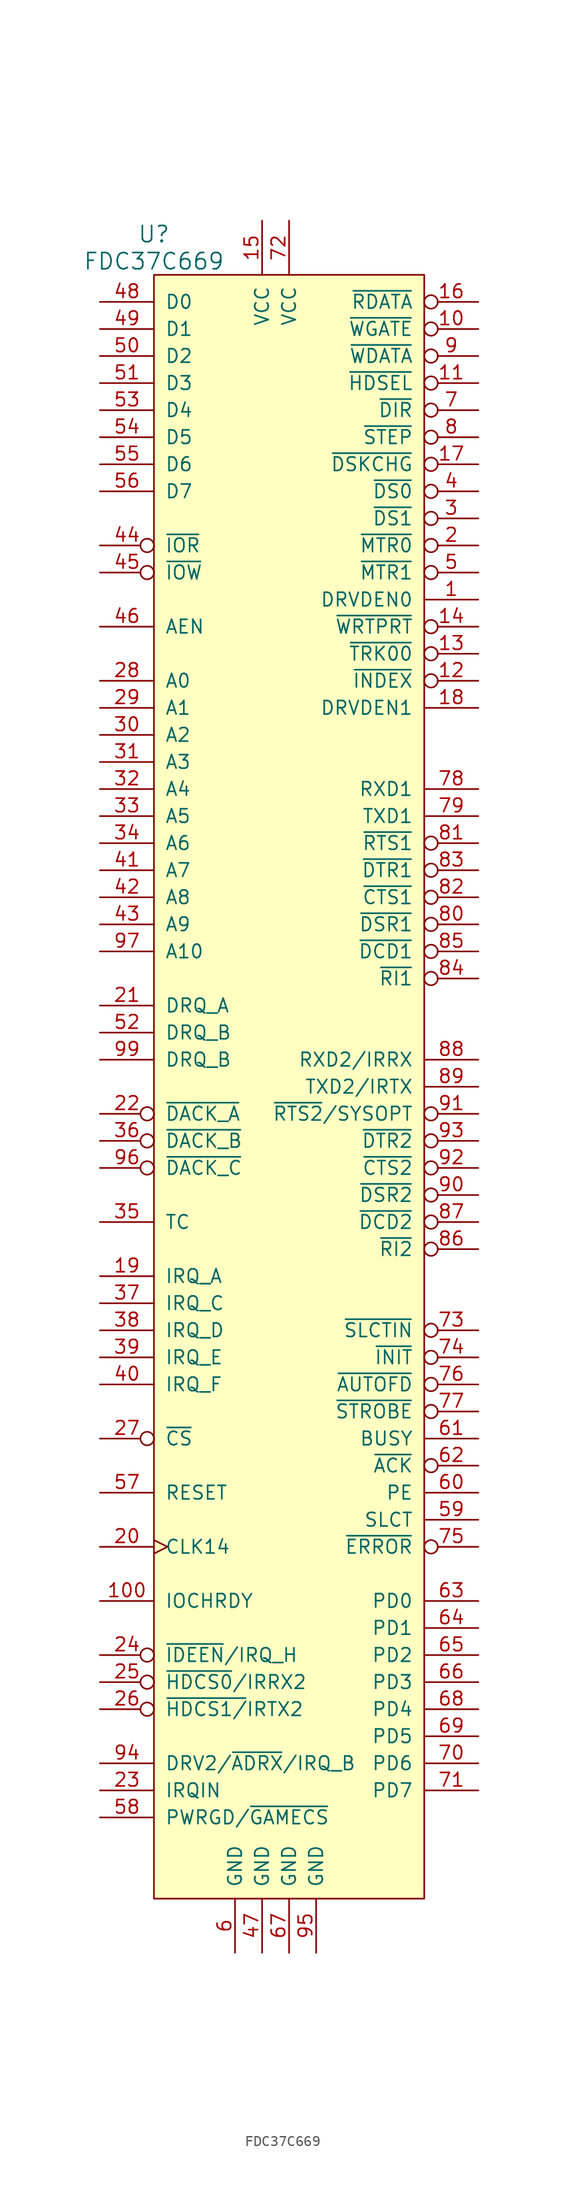
<source format=kicad_sym>
(kicad_symbol_lib
  (version 20211014)
  (generator kicad_symbol_editor)
  (symbol "FDC37C669"
    (pin_names
      (offset 1.016))
    (property "Reference" "U"
      (at -12.7 80.01 0)
      (effects (font (size 1.524 1.524))))
    (property "Value" "FDC37C669"
      (at -12.7 77.47 0)
      (effects (font (size 1.524 1.524))))
    (property "Footprint" ""
      (at 0 35.56 0)
      (effects (font (size 1.524 1.524))))
    (property "Datasheet" ""
      (at 0 35.56 0)
      (effects (font (size 1.524 1.524))))
    (symbol "FDC37C669_0_1"
      (rectangle (start 12.7 -76.2) (end -12.7 76.2) (stroke (width 0) (type default) (color 0 0 0 0)) (fill (type background))))
    (symbol "FDC37C669_1_1"
      (pin open_collector line (at 17.78 45.72 180) (length 5.08) (name "DRVDEN0" (effects (font (size 1.27 1.27)))) (number "1" (effects (font (size 1.27 1.27)))))
      (pin open_collector inverted (at 17.78 71.12 180) (length 5.08) (name "~{WGATE}" (effects (font (size 1.27 1.27)))) (number "10" (effects (font (size 1.27 1.27)))))
      (pin output line (at -17.78 -48.26 0) (length 5.08) (name "IOCHRDY" (effects (font (size 1.27 1.27)))) (number "100" (effects (font (size 1.27 1.27)))))
      (pin open_collector inverted (at 17.78 66.04 180) (length 5.08) (name "~{HDSEL}" (effects (font (size 1.27 1.27)))) (number "11" (effects (font (size 1.27 1.27)))))
      (pin input inverted (at 17.78 38.1 180) (length 5.08) (name "~{INDEX}" (effects (font (size 1.27 1.27)))) (number "12" (effects (font (size 1.27 1.27)))))
      (pin input inverted (at 17.78 40.64 180) (length 5.08) (name "~{TRK00}" (effects (font (size 1.27 1.27)))) (number "13" (effects (font (size 1.27 1.27)))))
      (pin input inverted (at 17.78 43.18 180) (length 5.08) (name "~{WRTPRT}" (effects (font (size 1.27 1.27)))) (number "14" (effects (font (size 1.27 1.27)))))
      (pin power_in line (at -2.54 81.28 270) (length 5.08) (name "VCC" (effects (font (size 1.27 1.27)))) (number "15" (effects (font (size 1.27 1.27)))))
      (pin input inverted (at 17.78 73.66 180) (length 5.08) (name "~{RDATA}" (effects (font (size 1.27 1.27)))) (number "16" (effects (font (size 1.27 1.27)))))
      (pin input inverted (at 17.78 58.42 180) (length 5.08) (name "~{DSKCHG}" (effects (font (size 1.27 1.27)))) (number "17" (effects (font (size 1.27 1.27)))))
      (pin open_collector line (at 17.78 35.56 180) (length 5.08) (name "DRVDEN1" (effects (font (size 1.27 1.27)))) (number "18" (effects (font (size 1.27 1.27)))))
      (pin open_collector line (at -17.78 -17.78 0) (length 5.08) (name "IRQ_A" (effects (font (size 1.27 1.27)))) (number "19" (effects (font (size 1.27 1.27)))))
      (pin open_collector inverted (at 17.78 50.8 180) (length 5.08) (name "~{MTR0}" (effects (font (size 1.27 1.27)))) (number "2" (effects (font (size 1.27 1.27)))))
      (pin input clock (at -17.78 -43.18 0) (length 5.08) (name "CLK14" (effects (font (size 1.27 1.27)))) (number "20" (effects (font (size 1.27 1.27)))))
      (pin open_collector line (at -17.78 7.62 0) (length 5.08) (name "DRQ_A" (effects (font (size 1.27 1.27)))) (number "21" (effects (font (size 1.27 1.27)))))
      (pin input inverted (at -17.78 -2.54 0) (length 5.08) (name "~{DACK_A}" (effects (font (size 1.27 1.27)))) (number "22" (effects (font (size 1.27 1.27)))))
      (pin input line (at -17.78 -66.04 0) (length 5.08) (name "IRQIN" (effects (font (size 1.27 1.27)))) (number "23" (effects (font (size 1.27 1.27)))))
      (pin output inverted (at -17.78 -53.34 0) (length 5.08) (name "~{IDEEN}/IRQ_H" (effects (font (size 1.27 1.27)))) (number "24" (effects (font (size 1.27 1.27)))))
      (pin output inverted (at -17.78 -55.88 0) (length 5.08) (name "~{HDCS0}/IRRX2" (effects (font (size 1.27 1.27)))) (number "25" (effects (font (size 1.27 1.27)))))
      (pin output inverted (at -17.78 -58.42 0) (length 5.08) (name "~{HDCS1/}IRTX2" (effects (font (size 1.27 1.27)))) (number "26" (effects (font (size 1.27 1.27)))))
      (pin input inverted (at -17.78 -33.02 0) (length 5.08) (name "~{CS}" (effects (font (size 1.27 1.27)))) (number "27" (effects (font (size 1.27 1.27)))))
      (pin input line (at -17.78 38.1 0) (length 5.08) (name "A0" (effects (font (size 1.27 1.27)))) (number "28" (effects (font (size 1.27 1.27)))))
      (pin input line (at -17.78 35.56 0) (length 5.08) (name "A1" (effects (font (size 1.27 1.27)))) (number "29" (effects (font (size 1.27 1.27)))))
      (pin open_collector inverted (at 17.78 53.34 180) (length 5.08) (name "~{DS1}" (effects (font (size 1.27 1.27)))) (number "3" (effects (font (size 1.27 1.27)))))
      (pin input line (at -17.78 33.02 0) (length 5.08) (name "A2" (effects (font (size 1.27 1.27)))) (number "30" (effects (font (size 1.27 1.27)))))
      (pin input line (at -17.78 30.48 0) (length 5.08) (name "A3" (effects (font (size 1.27 1.27)))) (number "31" (effects (font (size 1.27 1.27)))))
      (pin input line (at -17.78 27.94 0) (length 5.08) (name "A4" (effects (font (size 1.27 1.27)))) (number "32" (effects (font (size 1.27 1.27)))))
      (pin input line (at -17.78 25.4 0) (length 5.08) (name "A5" (effects (font (size 1.27 1.27)))) (number "33" (effects (font (size 1.27 1.27)))))
      (pin input line (at -17.78 22.86 0) (length 5.08) (name "A6" (effects (font (size 1.27 1.27)))) (number "34" (effects (font (size 1.27 1.27)))))
      (pin input line (at -17.78 -12.7 0) (length 5.08) (name "TC" (effects (font (size 1.27 1.27)))) (number "35" (effects (font (size 1.27 1.27)))))
      (pin input inverted (at -17.78 -5.08 0) (length 5.08) (name "~{DACK_B}" (effects (font (size 1.27 1.27)))) (number "36" (effects (font (size 1.27 1.27)))))
      (pin open_collector line (at -17.78 -20.32 0) (length 5.08) (name "IRQ_C" (effects (font (size 1.27 1.27)))) (number "37" (effects (font (size 1.27 1.27)))))
      (pin open_collector line (at -17.78 -22.86 0) (length 5.08) (name "IRQ_D" (effects (font (size 1.27 1.27)))) (number "38" (effects (font (size 1.27 1.27)))))
      (pin open_collector line (at -17.78 -25.4 0) (length 5.08) (name "IRQ_E" (effects (font (size 1.27 1.27)))) (number "39" (effects (font (size 1.27 1.27)))))
      (pin open_collector inverted (at 17.78 55.88 180) (length 5.08) (name "~{DS0}" (effects (font (size 1.27 1.27)))) (number "4" (effects (font (size 1.27 1.27)))))
      (pin open_collector line (at -17.78 -27.94 0) (length 5.08) (name "IRQ_F" (effects (font (size 1.27 1.27)))) (number "40" (effects (font (size 1.27 1.27)))))
      (pin input line (at -17.78 20.32 0) (length 5.08) (name "A7" (effects (font (size 1.27 1.27)))) (number "41" (effects (font (size 1.27 1.27)))))
      (pin input line (at -17.78 17.78 0) (length 5.08) (name "A8" (effects (font (size 1.27 1.27)))) (number "42" (effects (font (size 1.27 1.27)))))
      (pin input line (at -17.78 15.24 0) (length 5.08) (name "A9" (effects (font (size 1.27 1.27)))) (number "43" (effects (font (size 1.27 1.27)))))
      (pin input inverted (at -17.78 50.8 0) (length 5.08) (name "~{IOR}" (effects (font (size 1.27 1.27)))) (number "44" (effects (font (size 1.27 1.27)))))
      (pin input inverted (at -17.78 48.26 0) (length 5.08) (name "~{IOW}" (effects (font (size 1.27 1.27)))) (number "45" (effects (font (size 1.27 1.27)))))
      (pin input line (at -17.78 43.18 0) (length 5.08) (name "AEN" (effects (font (size 1.27 1.27)))) (number "46" (effects (font (size 1.27 1.27)))))
      (pin power_in line (at -2.54 -81.28 90) (length 5.08) (name "GND" (effects (font (size 1.27 1.27)))) (number "47" (effects (font (size 1.27 1.27)))))
      (pin tri_state line (at -17.78 73.66 0) (length 5.08) (name "D0" (effects (font (size 1.27 1.27)))) (number "48" (effects (font (size 1.27 1.27)))))
      (pin tri_state line (at -17.78 71.12 0) (length 5.08) (name "D1" (effects (font (size 1.27 1.27)))) (number "49" (effects (font (size 1.27 1.27)))))
      (pin open_collector inverted (at 17.78 48.26 180) (length 5.08) (name "~{MTR1}" (effects (font (size 1.27 1.27)))) (number "5" (effects (font (size 1.27 1.27)))))
      (pin tri_state line (at -17.78 68.58 0) (length 5.08) (name "D2" (effects (font (size 1.27 1.27)))) (number "50" (effects (font (size 1.27 1.27)))))
      (pin tri_state line (at -17.78 66.04 0) (length 5.08) (name "D3" (effects (font (size 1.27 1.27)))) (number "51" (effects (font (size 1.27 1.27)))))
      (pin open_collector line (at -17.78 5.08 0) (length 5.08) (name "DRQ_B" (effects (font (size 1.27 1.27)))) (number "52" (effects (font (size 1.27 1.27)))))
      (pin tri_state line (at -17.78 63.5 0) (length 5.08) (name "D4" (effects (font (size 1.27 1.27)))) (number "53" (effects (font (size 1.27 1.27)))))
      (pin tri_state line (at -17.78 60.96 0) (length 5.08) (name "D5" (effects (font (size 1.27 1.27)))) (number "54" (effects (font (size 1.27 1.27)))))
      (pin tri_state line (at -17.78 58.42 0) (length 5.08) (name "D6" (effects (font (size 1.27 1.27)))) (number "55" (effects (font (size 1.27 1.27)))))
      (pin tri_state line (at -17.78 55.88 0) (length 5.08) (name "D7" (effects (font (size 1.27 1.27)))) (number "56" (effects (font (size 1.27 1.27)))))
      (pin input line (at -17.78 -38.1 0) (length 5.08) (name "RESET" (effects (font (size 1.27 1.27)))) (number "57" (effects (font (size 1.27 1.27)))))
      (pin bidirectional line (at -17.78 -68.58 0) (length 5.08) (name "PWRGD/~{GAMECS}" (effects (font (size 1.27 1.27)))) (number "58" (effects (font (size 1.27 1.27)))))
      (pin input line (at 17.78 -40.64 180) (length 5.08) (name "SLCT" (effects (font (size 1.27 1.27)))) (number "59" (effects (font (size 1.27 1.27)))))
      (pin power_in line (at -5.08 -81.28 90) (length 5.08) (name "GND" (effects (font (size 1.27 1.27)))) (number "6" (effects (font (size 1.27 1.27)))))
      (pin input line (at 17.78 -38.1 180) (length 5.08) (name "PE" (effects (font (size 1.27 1.27)))) (number "60" (effects (font (size 1.27 1.27)))))
      (pin input line (at 17.78 -33.02 180) (length 5.08) (name "BUSY" (effects (font (size 1.27 1.27)))) (number "61" (effects (font (size 1.27 1.27)))))
      (pin input inverted (at 17.78 -35.56 180) (length 5.08) (name "~{ACK}" (effects (font (size 1.27 1.27)))) (number "62" (effects (font (size 1.27 1.27)))))
      (pin bidirectional line (at 17.78 -48.26 180) (length 5.08) (name "PD0" (effects (font (size 1.27 1.27)))) (number "63" (effects (font (size 1.27 1.27)))))
      (pin bidirectional line (at 17.78 -50.8 180) (length 5.08) (name "PD1" (effects (font (size 1.27 1.27)))) (number "64" (effects (font (size 1.27 1.27)))))
      (pin bidirectional line (at 17.78 -53.34 180) (length 5.08) (name "PD2" (effects (font (size 1.27 1.27)))) (number "65" (effects (font (size 1.27 1.27)))))
      (pin bidirectional line (at 17.78 -55.88 180) (length 5.08) (name "PD3" (effects (font (size 1.27 1.27)))) (number "66" (effects (font (size 1.27 1.27)))))
      (pin power_in line (at 0 -81.28 90) (length 5.08) (name "GND" (effects (font (size 1.27 1.27)))) (number "67" (effects (font (size 1.27 1.27)))))
      (pin bidirectional line (at 17.78 -58.42 180) (length 5.08) (name "PD4" (effects (font (size 1.27 1.27)))) (number "68" (effects (font (size 1.27 1.27)))))
      (pin bidirectional line (at 17.78 -60.96 180) (length 5.08) (name "PD5" (effects (font (size 1.27 1.27)))) (number "69" (effects (font (size 1.27 1.27)))))
      (pin open_collector inverted (at 17.78 63.5 180) (length 5.08) (name "~{DIR}" (effects (font (size 1.27 1.27)))) (number "7" (effects (font (size 1.27 1.27)))))
      (pin bidirectional line (at 17.78 -63.5 180) (length 5.08) (name "PD6" (effects (font (size 1.27 1.27)))) (number "70" (effects (font (size 1.27 1.27)))))
      (pin bidirectional line (at 17.78 -66.04 180) (length 5.08) (name "PD7" (effects (font (size 1.27 1.27)))) (number "71" (effects (font (size 1.27 1.27)))))
      (pin power_in line (at 0 81.28 270) (length 5.08) (name "VCC" (effects (font (size 1.27 1.27)))) (number "72" (effects (font (size 1.27 1.27)))))
      (pin output inverted (at 17.78 -22.86 180) (length 5.08) (name "~{SLCTIN}" (effects (font (size 1.27 1.27)))) (number "73" (effects (font (size 1.27 1.27)))))
      (pin output inverted (at 17.78 -25.4 180) (length 5.08) (name "~{INIT}" (effects (font (size 1.27 1.27)))) (number "74" (effects (font (size 1.27 1.27)))))
      (pin input inverted (at 17.78 -43.18 180) (length 5.08) (name "~{ERROR}" (effects (font (size 1.27 1.27)))) (number "75" (effects (font (size 1.27 1.27)))))
      (pin output inverted (at 17.78 -27.94 180) (length 5.08) (name "~{AUTOFD}" (effects (font (size 1.27 1.27)))) (number "76" (effects (font (size 1.27 1.27)))))
      (pin output inverted (at 17.78 -30.48 180) (length 5.08) (name "~{STROBE}" (effects (font (size 1.27 1.27)))) (number "77" (effects (font (size 1.27 1.27)))))
      (pin input line (at 17.78 27.94 180) (length 5.08) (name "RXD1" (effects (font (size 1.27 1.27)))) (number "78" (effects (font (size 1.27 1.27)))))
      (pin output line (at 17.78 25.4 180) (length 5.08) (name "TXD1" (effects (font (size 1.27 1.27)))) (number "79" (effects (font (size 1.27 1.27)))))
      (pin open_collector inverted (at 17.78 60.96 180) (length 5.08) (name "~{STEP}" (effects (font (size 1.27 1.27)))) (number "8" (effects (font (size 1.27 1.27)))))
      (pin input inverted (at 17.78 15.24 180) (length 5.08) (name "~{DSR1}" (effects (font (size 1.27 1.27)))) (number "80" (effects (font (size 1.27 1.27)))))
      (pin output inverted (at 17.78 22.86 180) (length 5.08) (name "~{RTS1}" (effects (font (size 1.27 1.27)))) (number "81" (effects (font (size 1.27 1.27)))))
      (pin input inverted (at 17.78 17.78 180) (length 5.08) (name "~{CTS1}" (effects (font (size 1.27 1.27)))) (number "82" (effects (font (size 1.27 1.27)))))
      (pin output inverted (at 17.78 20.32 180) (length 5.08) (name "~{DTR1}" (effects (font (size 1.27 1.27)))) (number "83" (effects (font (size 1.27 1.27)))))
      (pin input inverted (at 17.78 10.16 180) (length 5.08) (name "~{RI1}" (effects (font (size 1.27 1.27)))) (number "84" (effects (font (size 1.27 1.27)))))
      (pin input inverted (at 17.78 12.7 180) (length 5.08) (name "~{DCD1}" (effects (font (size 1.27 1.27)))) (number "85" (effects (font (size 1.27 1.27)))))
      (pin input inverted (at 17.78 -15.24 180) (length 5.08) (name "~{RI2}" (effects (font (size 1.27 1.27)))) (number "86" (effects (font (size 1.27 1.27)))))
      (pin input inverted (at 17.78 -12.7 180) (length 5.08) (name "~{DCD2}" (effects (font (size 1.27 1.27)))) (number "87" (effects (font (size 1.27 1.27)))))
      (pin input line (at 17.78 2.54 180) (length 5.08) (name "RXD2/IRRX" (effects (font (size 1.27 1.27)))) (number "88" (effects (font (size 1.27 1.27)))))
      (pin output line (at 17.78 0 180) (length 5.08) (name "TXD2/IRTX" (effects (font (size 1.27 1.27)))) (number "89" (effects (font (size 1.27 1.27)))))
      (pin open_collector inverted (at 17.78 68.58 180) (length 5.08) (name "~{WDATA}" (effects (font (size 1.27 1.27)))) (number "9" (effects (font (size 1.27 1.27)))))
      (pin input inverted (at 17.78 -10.16 180) (length 5.08) (name "~{DSR2}" (effects (font (size 1.27 1.27)))) (number "90" (effects (font (size 1.27 1.27)))))
      (pin output inverted (at 17.78 -2.54 180) (length 5.08) (name "~{RTS2}/SYSOPT" (effects (font (size 1.27 1.27)))) (number "91" (effects (font (size 1.27 1.27)))))
      (pin input inverted (at 17.78 -7.62 180) (length 5.08) (name "~{CTS2}" (effects (font (size 1.27 1.27)))) (number "92" (effects (font (size 1.27 1.27)))))
      (pin output inverted (at 17.78 -5.08 180) (length 5.08) (name "~{DTR2}" (effects (font (size 1.27 1.27)))) (number "93" (effects (font (size 1.27 1.27)))))
      (pin bidirectional line (at -17.78 -63.5 0) (length 5.08) (name "DRV2/~{ADRX}/IRQ_B" (effects (font (size 1.27 1.27)))) (number "94" (effects (font (size 1.27 1.27)))))
      (pin power_in line (at 2.54 -81.28 90) (length 5.08) (name "GND" (effects (font (size 1.27 1.27)))) (number "95" (effects (font (size 1.27 1.27)))))
      (pin input inverted (at -17.78 -7.62 0) (length 5.08) (name "~{DACK_C}" (effects (font (size 1.27 1.27)))) (number "96" (effects (font (size 1.27 1.27)))))
      (pin input line (at -17.78 12.7 0) (length 5.08) (name "A10" (effects (font (size 1.27 1.27)))) (number "97" (effects (font (size 1.27 1.27)))))
      (pin no_connect line (at 2.54 76.2 270) (length 0) hide (name "NC" (effects (font (size 1.27 1.27)))) (number "98" (effects (font (size 1.27 1.27)))))
      (pin open_collector line (at -17.78 2.54 0) (length 5.08) (name "DRQ_B" (effects (font (size 1.27 1.27)))) (number "99" (effects (font (size 1.27 1.27))))))))
</source>
